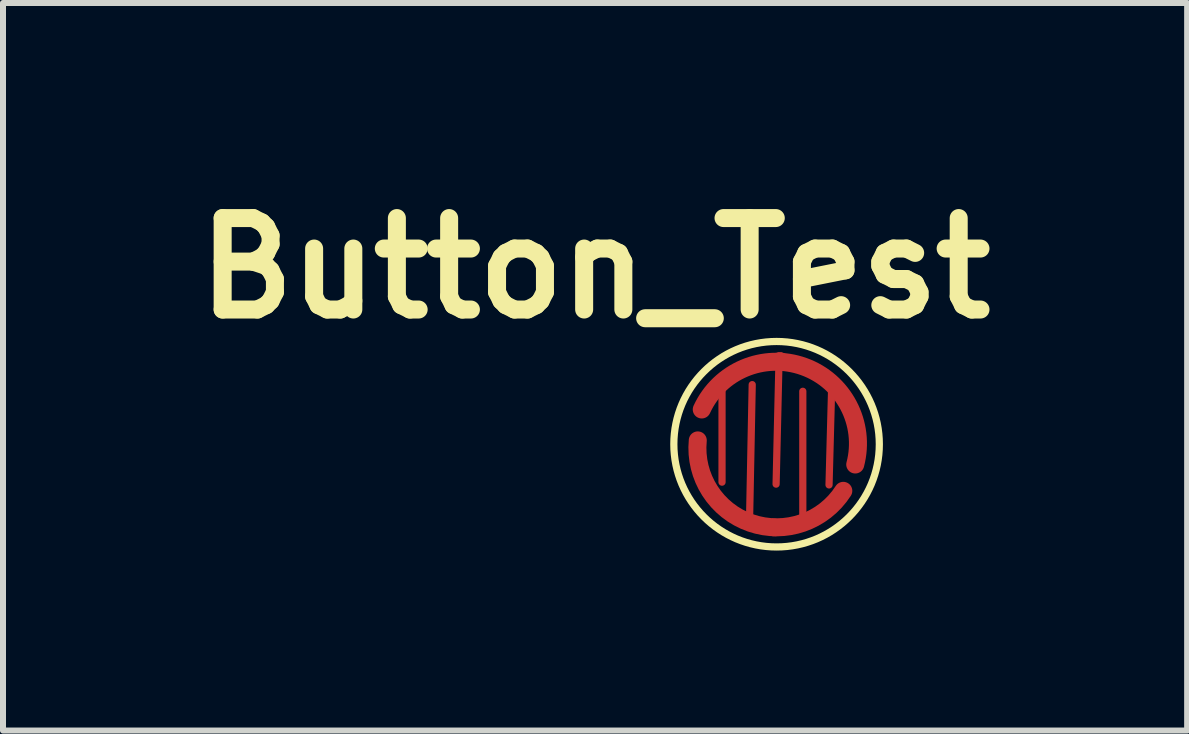
<source format=kicad_pcb>
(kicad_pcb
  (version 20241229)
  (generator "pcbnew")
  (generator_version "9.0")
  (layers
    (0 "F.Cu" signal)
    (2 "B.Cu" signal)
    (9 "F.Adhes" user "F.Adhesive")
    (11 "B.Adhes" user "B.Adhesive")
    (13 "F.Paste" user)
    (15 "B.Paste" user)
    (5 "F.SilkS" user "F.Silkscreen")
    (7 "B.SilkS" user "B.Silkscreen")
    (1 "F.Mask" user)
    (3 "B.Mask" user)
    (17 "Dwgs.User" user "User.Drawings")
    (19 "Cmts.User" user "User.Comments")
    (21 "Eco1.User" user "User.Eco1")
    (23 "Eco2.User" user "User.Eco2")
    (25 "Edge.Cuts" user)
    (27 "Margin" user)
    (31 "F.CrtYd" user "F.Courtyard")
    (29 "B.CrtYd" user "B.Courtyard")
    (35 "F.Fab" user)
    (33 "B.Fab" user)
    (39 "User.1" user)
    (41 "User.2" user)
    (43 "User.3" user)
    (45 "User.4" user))
  (footprint "Button_Test"
    (layer "F.Cu")
    (at 9.923 4.456)
    (property "Reference" "Button_Test" (at -3.058 -3.038 0) (layer "F.SilkS") (effects (font (size 1.524 1.524) (thickness 0.3))))
    (attr through_hole)
    (fp_line (start -0.942 -1.074) (end -0.942 0.528) (stroke (width 0.12) (type solid)) (layer "F.Cu"))
    (fp_line (start -0.483 1.13) (end -0.439 -1.097) (stroke (width 0.12) (type solid)) (layer "F.Cu"))
    (fp_line (start 0.005 -1.397) (end -0.041 0.561) (stroke (width 0.12) (type solid)) (layer "F.Cu"))
    (fp_line (start 0.404 1.14) (end 0.404 -0.986) (stroke (width 0.12) (type solid)) (layer "F.Cu"))
    (fp_line (start 0.884 -1.031) (end 0.841 0.574) (stroke (width 0.12) (type solid)) (layer "F.Cu"))
    (fp_arc (start -1.279752 -0.683072) (mid 0.419441 -1.397743) (end 1.27762 0.23368) (stroke (width 0.3) (type solid)) (layer "F.Cu"))
    (fp_arc (start 1.078691 0.672582) (mid -0.464786 1.207833) (end -1.3462 -0.16764) (stroke (width 0.3) (type solid)) (layer "F.Cu"))
    (fp_circle (center -0.043 -0.109) (end 1.542 -0.114) (stroke (width 0.12) (type solid)) (fill no) (layer "F.Mask"))
    (fp_poly (pts (xy 0.531 -1.544) (xy 0.823 -1.377) (xy 1.052 -1.189) (xy 1.24 -0.973) (xy 1.46 -0.505) (xy 1.491 0.036) (xy 1.417 0.452) (xy 1.13 0.876) (xy 0.851 1.12) (xy 0.399 1.359) (xy -0.051 1.407) (xy -0.47 1.367) (xy -0.942 1.161) (xy -1.369 0.63) (xy -1.582 0.071) (xy -1.529 -0.429) (xy -1.313 -0.907) (xy -0.904 -1.412) (xy -0.439 -1.626) (xy 0.094 -1.643)) (stroke (width 0.1) (type solid)) (fill yes) (layer "F.Mask"))
    (fp_circle (center -0.033 -0.104) (end 1.605 0.394) (stroke (width 0.12) (type solid)) (fill no) (layer "F.SilkS"))
    (pad "3" connect custom (at 0.023 -1.491) (size 0.3 0.3) (layers "F.Cu") (options (anchor circle)) (primitives (gr_arc (start 0 0) (mid 0 0) (end 0 0) (width 0.1))))
    (pad "4" connect custom (at -0.071 1.283) (size 0.3 0.3) (layers "F.Cu") (options (anchor circle)) (primitives (gr_arc (start 0 0) (mid 0 0) (end 0 0) (width 0.1)))))
  (gr_rect
    (start -3 -3)
    (end 16.731 9.123)
    (stroke (width 0.1) (type default))
    (fill no)
    (layer "Edge.Cuts")))
</source>
